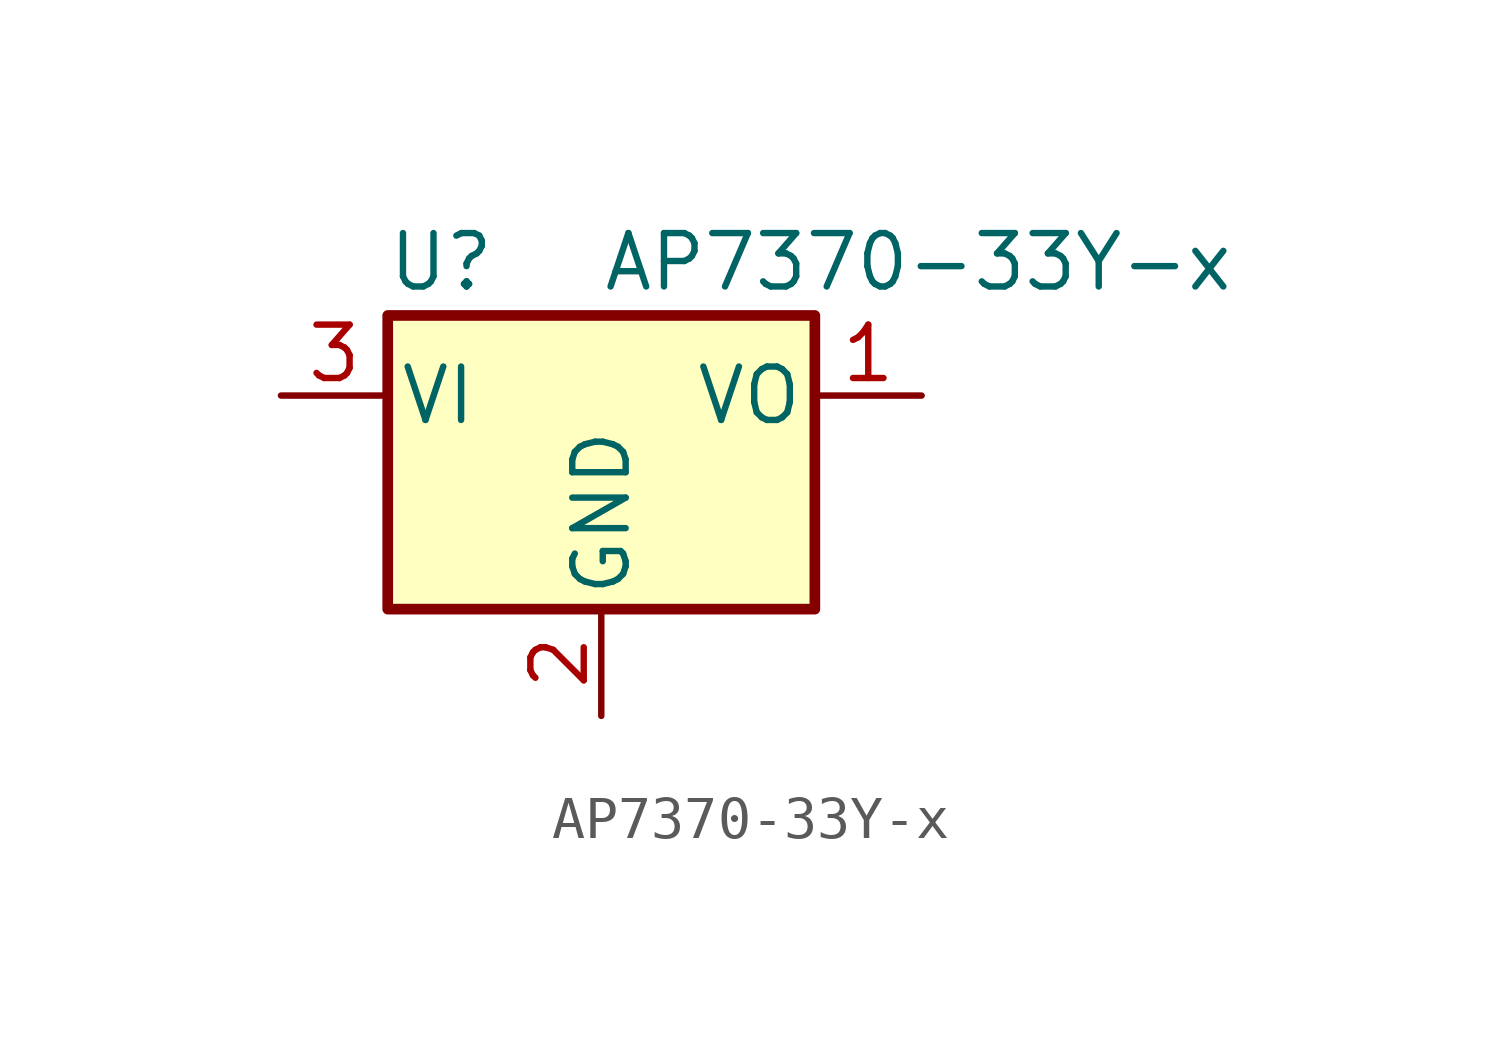
<source format=kicad_sym>
(kicad_symbol_lib
  (version 20211014)
  (generator kicad_symbol_editor)
  (symbol "AP7370-33Y-x"
    (pin_names
      (offset 0.254))
    (property "Reference" "U"
      (at -3.81 3.175 0)
      (effects (font (size 1.27 1.27))))
    (property "Value" "AP7370-33Y-x"
      (at 0 3.175 0)
      (effects (font (size 1.27 1.27)) (justify left)))
    (symbol "AP7370-33Y-x_0_1"
      (rectangle (start -5.08 -5.08) (end 5.08 1.905) (stroke (width 0.254) (type default) (color 0 0 0 0)) (fill (type background))))
    (symbol "AP7370-33Y-x_1_1"
      (pin power_out line (at 7.62 0 180) (length 2.54) (name "VO" (effects (font (size 1.27 1.27)))) (number "1" (effects (font (size 1.27 1.27)))))
      (pin power_in line (at 0 -7.62 90) (length 2.54) (name "GND" (effects (font (size 1.27 1.27)))) (number "2" (effects (font (size 1.27 1.27)))))
      (pin power_in line (at -7.62 0 0) (length 2.54) (name "VI" (effects (font (size 1.27 1.27)))) (number "3" (effects (font (size 1.27 1.27))))))))
</source>
